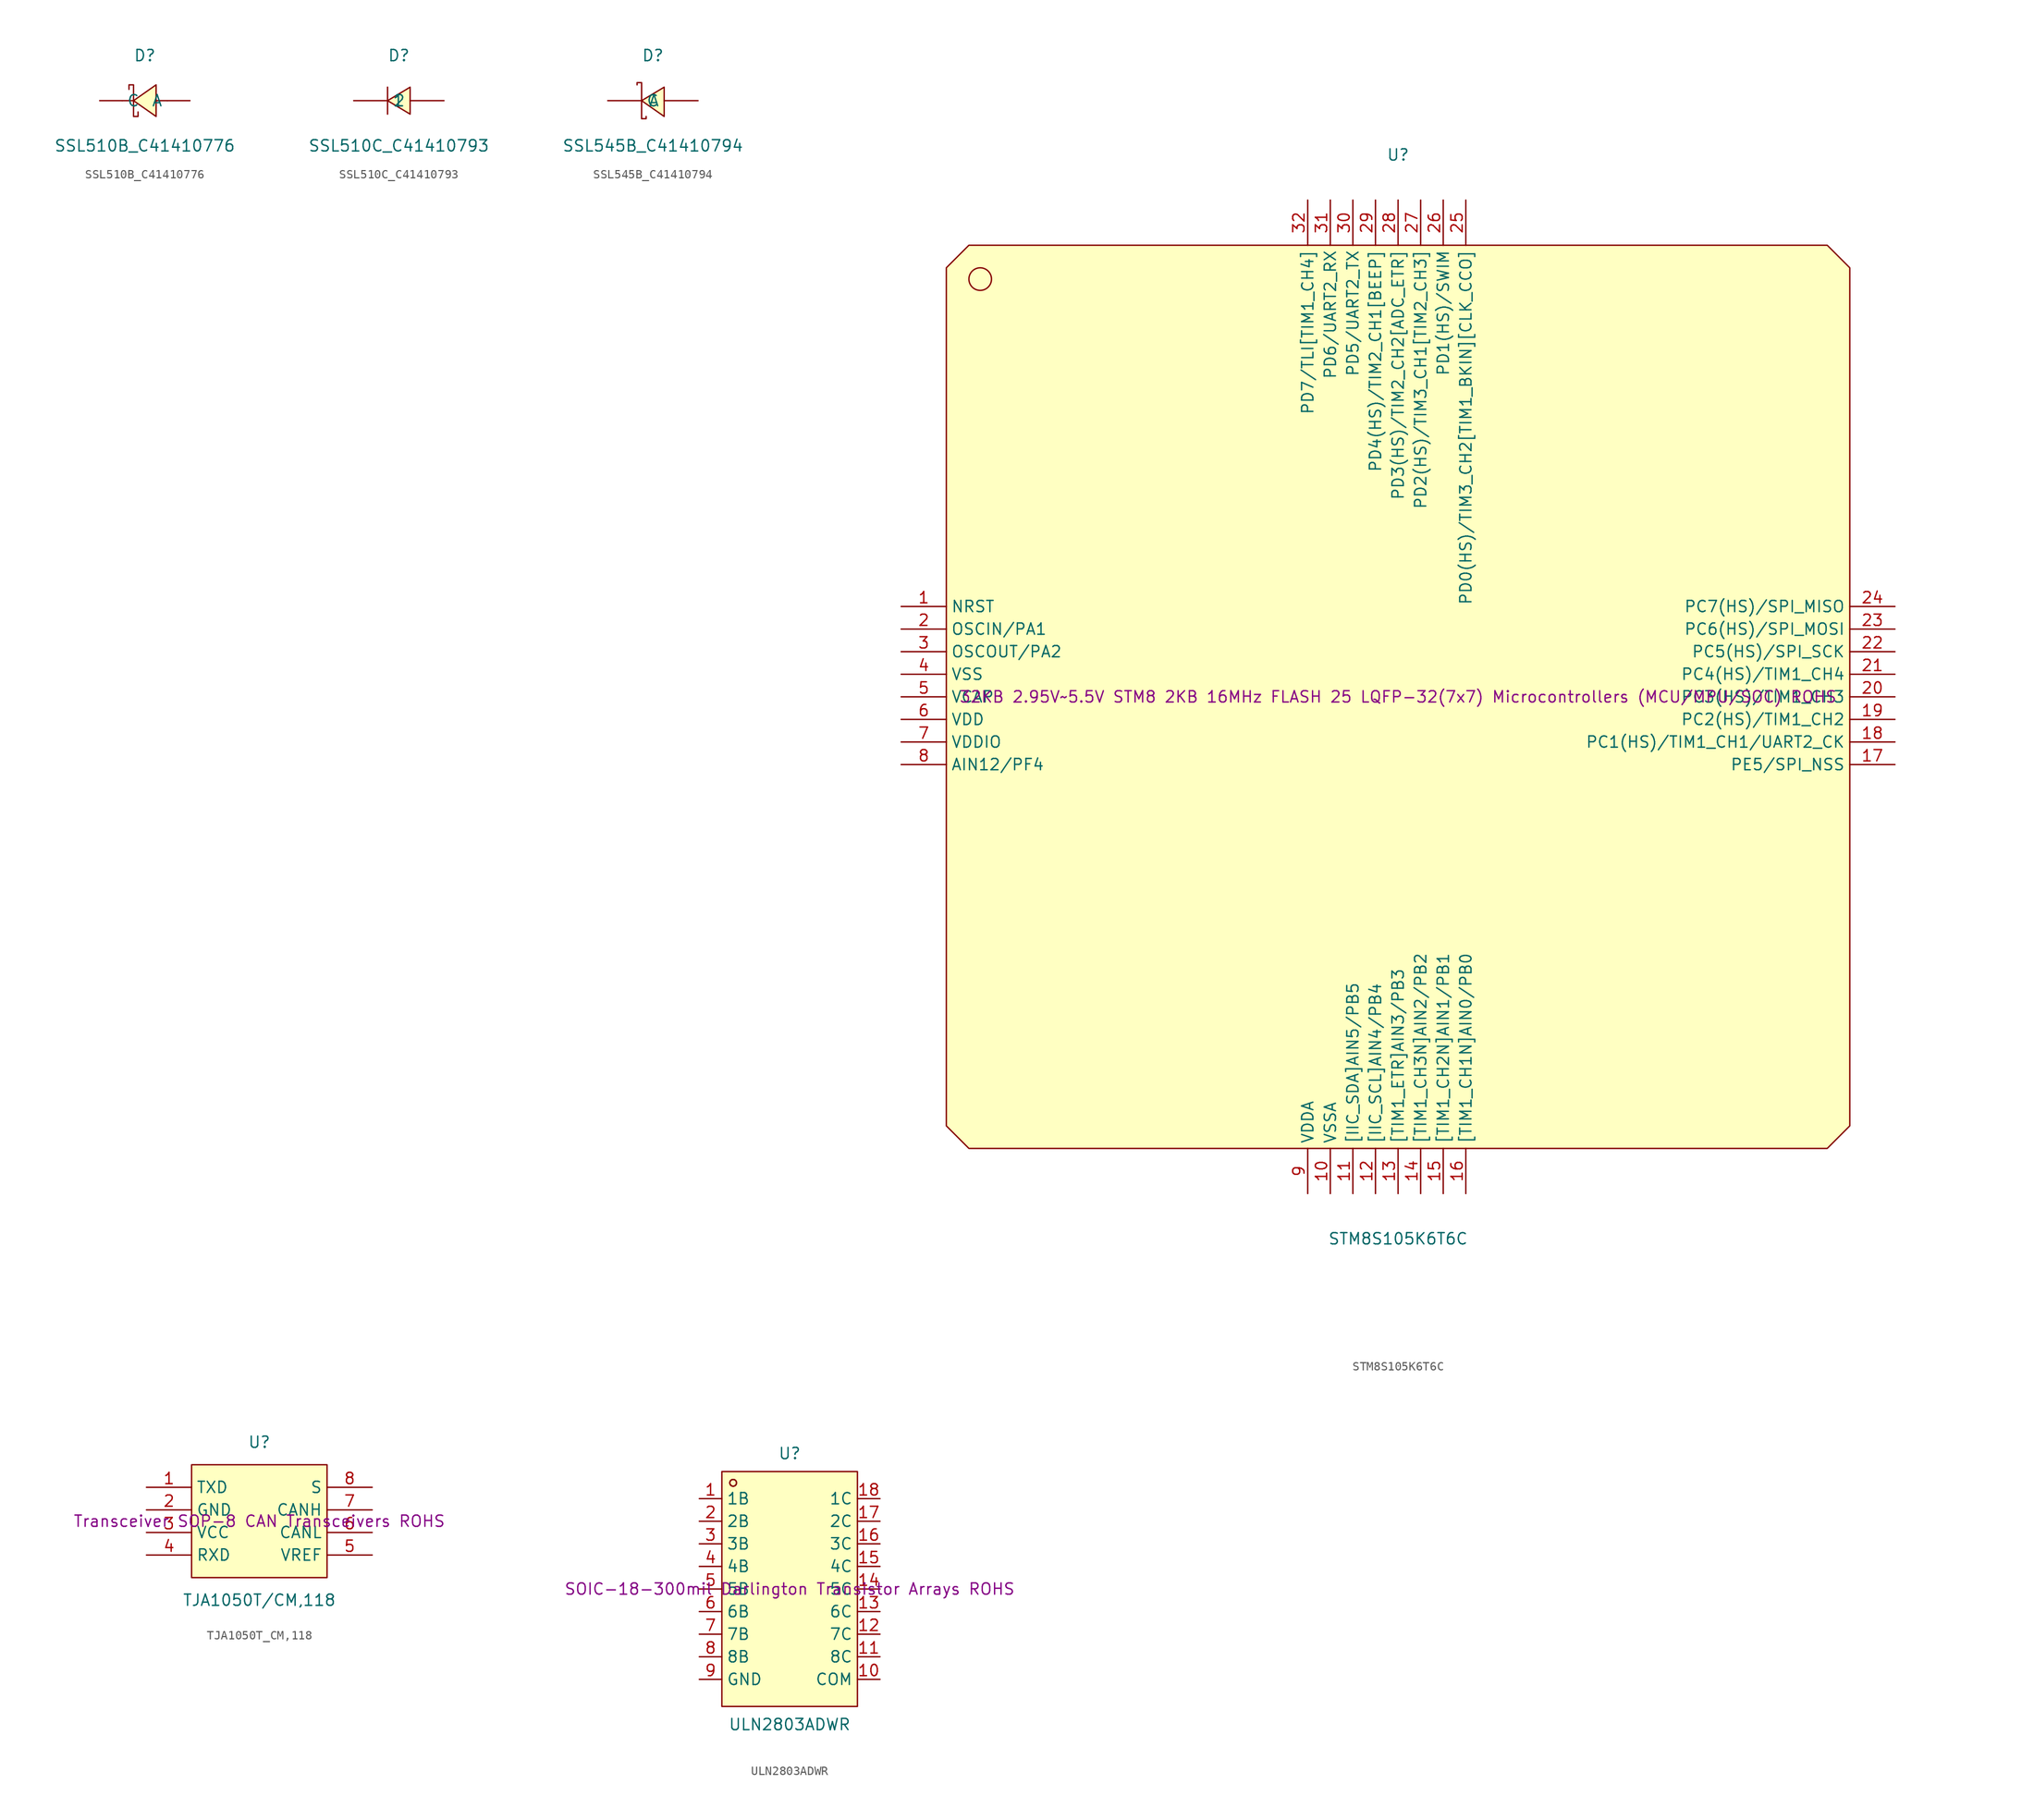
<source format=kicad_sym>
(kicad_symbol_lib
  (version 20241209)
  (generator "kicad_symbol_editor")
  (generator_version "9.0")
  (symbol "SSL510B_C41410776"
    (pin_numbers
      (hide yes))
    (property "Reference" "D"
      (at 0 5.08 0)
      (effects (font (size 1.27 1.27))))
    (property "Value" "SSL510B_C41410776"
      (at 0 -5.08 0)
      (effects (font (size 1.27 1.27))))
    (symbol "SSL510B_C41410776_0_1"
      (polyline (pts (xy -1.78 1.27) (xy -1.78 1.78) (xy -1.27 1.78) (xy -1.27 -1.78) (xy -0.76 -1.78) (xy -0.76 -1.27)) (stroke (width 0) (type default)) (fill (type none)))
      (polyline (pts (xy -1.27 0) (xy -2.54 0)) (stroke (width 0) (type default)) (fill (type none)))
      (polyline (pts (xy 1.27 1.78) (xy -1.27 0) (xy 1.27 -1.78) (xy 1.27 1.78)) (stroke (width 0) (type default)) (fill (type background)))
      (polyline (pts (xy 2.54 0) (xy 1.27 0)) (stroke (width 0) (type default)) (fill (type none)))
      (pin unspecified line (at -5.08 0 0) (length 2.54) (name "C" (effects (font (size 1.27 1.27)))) (number "1" (effects (font (size 1.27 1.27)))))
      (pin unspecified line (at 5.08 0 180) (length 2.54) (name "A" (effects (font (size 1.27 1.27)))) (number "2" (effects (font (size 1.27 1.27)))))))
  (symbol "SSL510C_C41410793"
    (pin_numbers
      (hide yes))
    (property "Reference" "D"
      (at 0 5.08 0)
      (effects (font (size 1.27 1.27))))
    (property "Value" "SSL510C_C41410793"
      (at 0 -5.08 0)
      (effects (font (size 1.27 1.27))))
    (symbol "SSL510C_C41410793_0_1"
      (polyline (pts (xy -1.27 -1.52) (xy -1.27 1.52)) (stroke (width 0) (type default)) (fill (type none)))
      (polyline (pts (xy 1.27 1.52) (xy -1.27 0) (xy 1.27 -1.52) (xy 1.27 1.52)) (stroke (width 0) (type default)) (fill (type background)))
      (pin unspecified line (at -5.08 0 0) (length 3.81) (name "1" (effects (font (size 1.27 1.27)))) (number "1" (effects (font (size 1.27 1.27)))))
      (pin unspecified line (at 5.08 0 180) (length 3.81) (name "2" (effects (font (size 1.27 1.27)))) (number "2" (effects (font (size 1.27 1.27)))))))
  (symbol "SSL545B_C41410794"
    (pin_numbers
      (hide yes))
    (property "Reference" "D"
      (at 0 6.35 0)
      (effects (font (size 1.27 1.27))))
    (property "Value" "SSL545B_C41410794"
      (at 0 -3.81 0)
      (effects (font (size 1.27 1.27))))
    (symbol "SSL545B_C41410794_0_1"
      (polyline (pts (xy -1.78 3.05) (xy -1.78 3.3) (xy -1.27 3.3) (xy -1.27 -0.76) (xy -0.76 -0.76) (xy -0.76 -0.51)) (stroke (width 0) (type default)) (fill (type none)))
      (polyline (pts (xy 1.27 2.79) (xy -1.27 1.27) (xy 1.27 -0.51) (xy 1.27 2.79)) (stroke (width 0) (type default)) (fill (type background)))
      (pin unspecified line (at -5.08 1.27 0) (length 3.81) (name "C" (effects (font (size 1.27 1.27)))) (number "1" (effects (font (size 1.27 1.27)))))
      (pin unspecified line (at 5.08 1.27 180) (length 3.81) (name "A" (effects (font (size 1.27 1.27)))) (number "2" (effects (font (size 1.27 1.27)))))))
  (symbol "STM8S105K6T6C"
    (property "Reference" "U"
      (at 0 60.96 0)
      (effects (font (size 1.27 1.27))))
    (property "Value" "STM8S105K6T6C"
      (at 0 -60.96 0)
      (effects (font (size 1.27 1.27))))
    (property "Description" "32KB 2.95V~5.5V STM8 2KB 16MHz FLASH 25 LQFP-32(7x7) Microcontrollers (MCU/MPU/SOC) ROHS"
      (at 0 0 0)
      (effects (font (size 1.27 1.27))))
    (symbol "STM8S105K6T6C_0_1"
      (polyline (pts (xy -48.26 50.8) (xy 48.26 50.8) (xy 50.8 48.26) (xy 50.8 -48.26) (xy 48.26 -50.8) (xy -48.26 -50.8) (xy -50.8 -48.26) (xy -50.8 48.26) (xy -48.26 50.8)) (stroke (width 0) (type default)) (fill (type background)))
      (circle (center -46.99 46.99) (radius 1.27) (stroke (width 0) (type default)) (fill (type none)))
      (pin unspecified line (at -55.88 10.16 0) (length 5.08) (name "NRST" (effects (font (size 1.27 1.27)))) (number "1" (effects (font (size 1.27 1.27)))))
      (pin unspecified line (at -55.88 7.62 0) (length 5.08) (name "OSCIN/PA1" (effects (font (size 1.27 1.27)))) (number "2" (effects (font (size 1.27 1.27)))))
      (pin unspecified line (at -55.88 5.08 0) (length 5.08) (name "OSCOUT/PA2" (effects (font (size 1.27 1.27)))) (number "3" (effects (font (size 1.27 1.27)))))
      (pin unspecified line (at -55.88 2.54 0) (length 5.08) (name "VSS" (effects (font (size 1.27 1.27)))) (number "4" (effects (font (size 1.27 1.27)))))
      (pin unspecified line (at -55.88 0 0) (length 5.08) (name "VCAP" (effects (font (size 1.27 1.27)))) (number "5" (effects (font (size 1.27 1.27)))))
      (pin unspecified line (at -55.88 -2.54 0) (length 5.08) (name "VDD" (effects (font (size 1.27 1.27)))) (number "6" (effects (font (size 1.27 1.27)))))
      (pin unspecified line (at -55.88 -5.08 0) (length 5.08) (name "VDDIO" (effects (font (size 1.27 1.27)))) (number "7" (effects (font (size 1.27 1.27)))))
      (pin unspecified line (at -55.88 -7.62 0) (length 5.08) (name "AIN12/PF4" (effects (font (size 1.27 1.27)))) (number "8" (effects (font (size 1.27 1.27)))))
      (pin unspecified line (at -10.16 55.88 270) (length 5.08) (name "PD7/TLI[TIM1_CH4]" (effects (font (size 1.27 1.27)))) (number "32" (effects (font (size 1.27 1.27)))))
      (pin unspecified line (at -10.16 -55.88 90) (length 5.08) (name "VDDA" (effects (font (size 1.27 1.27)))) (number "9" (effects (font (size 1.27 1.27)))))
      (pin unspecified line (at -7.62 55.88 270) (length 5.08) (name "PD6/UART2_RX" (effects (font (size 1.27 1.27)))) (number "31" (effects (font (size 1.27 1.27)))))
      (pin unspecified line (at -7.62 -55.88 90) (length 5.08) (name "VSSA" (effects (font (size 1.27 1.27)))) (number "10" (effects (font (size 1.27 1.27)))))
      (pin unspecified line (at -5.08 55.88 270) (length 5.08) (name "PD5/UART2_TX" (effects (font (size 1.27 1.27)))) (number "30" (effects (font (size 1.27 1.27)))))
      (pin unspecified line (at -5.08 -55.88 90) (length 5.08) (name "[IIC_SDA]AIN5/PB5" (effects (font (size 1.27 1.27)))) (number "11" (effects (font (size 1.27 1.27)))))
      (pin unspecified line (at -2.54 55.88 270) (length 5.08) (name "PD4(HS)/TIM2_CH1[BEEP]" (effects (font (size 1.27 1.27)))) (number "29" (effects (font (size 1.27 1.27)))))
      (pin unspecified line (at -2.54 -55.88 90) (length 5.08) (name "[IIC_SCL]AIN4/PB4" (effects (font (size 1.27 1.27)))) (number "12" (effects (font (size 1.27 1.27)))))
      (pin unspecified line (at 0 55.88 270) (length 5.08) (name "PD3(HS)/TIM2_CH2[ADC_ETR]" (effects (font (size 1.27 1.27)))) (number "28" (effects (font (size 1.27 1.27)))))
      (pin unspecified line (at 0 -55.88 90) (length 5.08) (name "[TIM1_ETR]AIN3/PB3" (effects (font (size 1.27 1.27)))) (number "13" (effects (font (size 1.27 1.27)))))
      (pin unspecified line (at 2.54 55.88 270) (length 5.08) (name "PD2(HS)/TIM3_CH1[TIM2_CH3]" (effects (font (size 1.27 1.27)))) (number "27" (effects (font (size 1.27 1.27)))))
      (pin unspecified line (at 2.54 -55.88 90) (length 5.08) (name "[TIM1_CH3N]AIN2/PB2" (effects (font (size 1.27 1.27)))) (number "14" (effects (font (size 1.27 1.27)))))
      (pin unspecified line (at 5.08 55.88 270) (length 5.08) (name "PD1(HS)/SWIM" (effects (font (size 1.27 1.27)))) (number "26" (effects (font (size 1.27 1.27)))))
      (pin unspecified line (at 5.08 -55.88 90) (length 5.08) (name "[TIM1_CH2N]AIN1/PB1" (effects (font (size 1.27 1.27)))) (number "15" (effects (font (size 1.27 1.27)))))
      (pin unspecified line (at 7.62 55.88 270) (length 5.08) (name "PD0(HS)/TIM3_CH2[TIM1_BKIN][CLK_CCO]" (effects (font (size 1.27 1.27)))) (number "25" (effects (font (size 1.27 1.27)))))
      (pin unspecified line (at 7.62 -55.88 90) (length 5.08) (name "[TIM1_CH1N]AIN0/PB0" (effects (font (size 1.27 1.27)))) (number "16" (effects (font (size 1.27 1.27)))))
      (pin unspecified line (at 55.88 10.16 180) (length 5.08) (name "PC7(HS)/SPI_MISO" (effects (font (size 1.27 1.27)))) (number "24" (effects (font (size 1.27 1.27)))))
      (pin unspecified line (at 55.88 7.62 180) (length 5.08) (name "PC6(HS)/SPI_MOSI" (effects (font (size 1.27 1.27)))) (number "23" (effects (font (size 1.27 1.27)))))
      (pin unspecified line (at 55.88 5.08 180) (length 5.08) (name "PC5(HS)/SPI_SCK" (effects (font (size 1.27 1.27)))) (number "22" (effects (font (size 1.27 1.27)))))
      (pin unspecified line (at 55.88 2.54 180) (length 5.08) (name "PC4(HS)/TIM1_CH4" (effects (font (size 1.27 1.27)))) (number "21" (effects (font (size 1.27 1.27)))))
      (pin unspecified line (at 55.88 0 180) (length 5.08) (name "PC3(HS)/TIM1_CH3" (effects (font (size 1.27 1.27)))) (number "20" (effects (font (size 1.27 1.27)))))
      (pin unspecified line (at 55.88 -2.54 180) (length 5.08) (name "PC2(HS)/TIM1_CH2" (effects (font (size 1.27 1.27)))) (number "19" (effects (font (size 1.27 1.27)))))
      (pin unspecified line (at 55.88 -5.08 180) (length 5.08) (name "PC1(HS)/TIM1_CH1/UART2_CK" (effects (font (size 1.27 1.27)))) (number "18" (effects (font (size 1.27 1.27)))))
      (pin unspecified line (at 55.88 -7.62 180) (length 5.08) (name "PE5/SPI_NSS" (effects (font (size 1.27 1.27)))) (number "17" (effects (font (size 1.27 1.27)))))))
  (symbol "TJA1050T_CM,118"
    (property "Reference" "U"
      (at 0 8.89 0)
      (effects (font (size 1.27 1.27))))
    (property "Value" "TJA1050T/CM,118"
      (at 0 -8.89 0)
      (effects (font (size 1.27 1.27))))
    (property "Description" "Transceiver SOP-8 CAN Transceivers ROHS"
      (at 0 0 0)
      (effects (font (size 1.27 1.27))))
    (symbol "TJA1050T_CM,118_0_1"
      (rectangle (start -7.62 6.35) (end 7.62 -6.35) (stroke (width 0) (type default)) (fill (type background)))
      (pin unspecified line (at -12.7 3.81 0) (length 5.08) (name "TXD" (effects (font (size 1.27 1.27)))) (number "1" (effects (font (size 1.27 1.27)))))
      (pin unspecified line (at -12.7 1.27 0) (length 5.08) (name "GND" (effects (font (size 1.27 1.27)))) (number "2" (effects (font (size 1.27 1.27)))))
      (pin unspecified line (at -12.7 -1.27 0) (length 5.08) (name "VCC" (effects (font (size 1.27 1.27)))) (number "3" (effects (font (size 1.27 1.27)))))
      (pin unspecified line (at -12.7 -3.81 0) (length 5.08) (name "RXD" (effects (font (size 1.27 1.27)))) (number "4" (effects (font (size 1.27 1.27)))))
      (pin unspecified line (at 12.7 3.81 180) (length 5.08) (name "S" (effects (font (size 1.27 1.27)))) (number "8" (effects (font (size 1.27 1.27)))))
      (pin unspecified line (at 12.7 1.27 180) (length 5.08) (name "CANH" (effects (font (size 1.27 1.27)))) (number "7" (effects (font (size 1.27 1.27)))))
      (pin unspecified line (at 12.7 -1.27 180) (length 5.08) (name "CANL" (effects (font (size 1.27 1.27)))) (number "6" (effects (font (size 1.27 1.27)))))
      (pin unspecified line (at 12.7 -3.81 180) (length 5.08) (name "VREF" (effects (font (size 1.27 1.27)))) (number "5" (effects (font (size 1.27 1.27)))))))
  (symbol "ULN2803ADWR"
    (property "Reference" "U"
      (at 0 15.24 0)
      (effects (font (size 1.27 1.27))))
    (property "Value" "ULN2803ADWR"
      (at 0 -15.24 0)
      (effects (font (size 1.27 1.27))))
    (property "Description" "SOIC-18-300mil Darlington Transistor Arrays ROHS"
      (at 0 0 0)
      (effects (font (size 1.27 1.27))))
    (symbol "ULN2803ADWR_0_1"
      (rectangle (start -7.62 13.21) (end 7.62 -13.21) (stroke (width 0) (type default)) (fill (type background)))
      (circle (center -6.35 11.94) (radius 0.38) (stroke (width 0) (type default)) (fill (type none)))
      (circle (center -6.35 11.94) (radius 0.38) (stroke (width 0) (type default)) (fill (type none)))
      (pin unspecified line (at -10.16 10.16 0) (length 2.54) (name "1B" (effects (font (size 1.27 1.27)))) (number "1" (effects (font (size 1.27 1.27)))))
      (pin unspecified line (at -10.16 7.62 0) (length 2.54) (name "2B" (effects (font (size 1.27 1.27)))) (number "2" (effects (font (size 1.27 1.27)))))
      (pin unspecified line (at -10.16 5.08 0) (length 2.54) (name "3B" (effects (font (size 1.27 1.27)))) (number "3" (effects (font (size 1.27 1.27)))))
      (pin unspecified line (at -10.16 2.54 0) (length 2.54) (name "4B" (effects (font (size 1.27 1.27)))) (number "4" (effects (font (size 1.27 1.27)))))
      (pin unspecified line (at -10.16 0 0) (length 2.54) (name "5B" (effects (font (size 1.27 1.27)))) (number "5" (effects (font (size 1.27 1.27)))))
      (pin unspecified line (at -10.16 -2.54 0) (length 2.54) (name "6B" (effects (font (size 1.27 1.27)))) (number "6" (effects (font (size 1.27 1.27)))))
      (pin unspecified line (at -10.16 -5.08 0) (length 2.54) (name "7B" (effects (font (size 1.27 1.27)))) (number "7" (effects (font (size 1.27 1.27)))))
      (pin unspecified line (at -10.16 -7.62 0) (length 2.54) (name "8B" (effects (font (size 1.27 1.27)))) (number "8" (effects (font (size 1.27 1.27)))))
      (pin unspecified line (at -10.16 -10.16 0) (length 2.54) (name "GND" (effects (font (size 1.27 1.27)))) (number "9" (effects (font (size 1.27 1.27)))))
      (pin unspecified line (at 10.16 10.16 180) (length 2.54) (name "1C" (effects (font (size 1.27 1.27)))) (number "18" (effects (font (size 1.27 1.27)))))
      (pin unspecified line (at 10.16 7.62 180) (length 2.54) (name "2C" (effects (font (size 1.27 1.27)))) (number "17" (effects (font (size 1.27 1.27)))))
      (pin unspecified line (at 10.16 5.08 180) (length 2.54) (name "3C" (effects (font (size 1.27 1.27)))) (number "16" (effects (font (size 1.27 1.27)))))
      (pin unspecified line (at 10.16 2.54 180) (length 2.54) (name "4C" (effects (font (size 1.27 1.27)))) (number "15" (effects (font (size 1.27 1.27)))))
      (pin unspecified line (at 10.16 0 180) (length 2.54) (name "5C" (effects (font (size 1.27 1.27)))) (number "14" (effects (font (size 1.27 1.27)))))
      (pin unspecified line (at 10.16 -2.54 180) (length 2.54) (name "6C" (effects (font (size 1.27 1.27)))) (number "13" (effects (font (size 1.27 1.27)))))
      (pin unspecified line (at 10.16 -5.08 180) (length 2.54) (name "7C" (effects (font (size 1.27 1.27)))) (number "12" (effects (font (size 1.27 1.27)))))
      (pin unspecified line (at 10.16 -7.62 180) (length 2.54) (name "8C" (effects (font (size 1.27 1.27)))) (number "11" (effects (font (size 1.27 1.27)))))
      (pin unspecified line (at 10.16 -10.16 180) (length 2.54) (name "COM" (effects (font (size 1.27 1.27)))) (number "10" (effects (font (size 1.27 1.27))))))))
</source>
